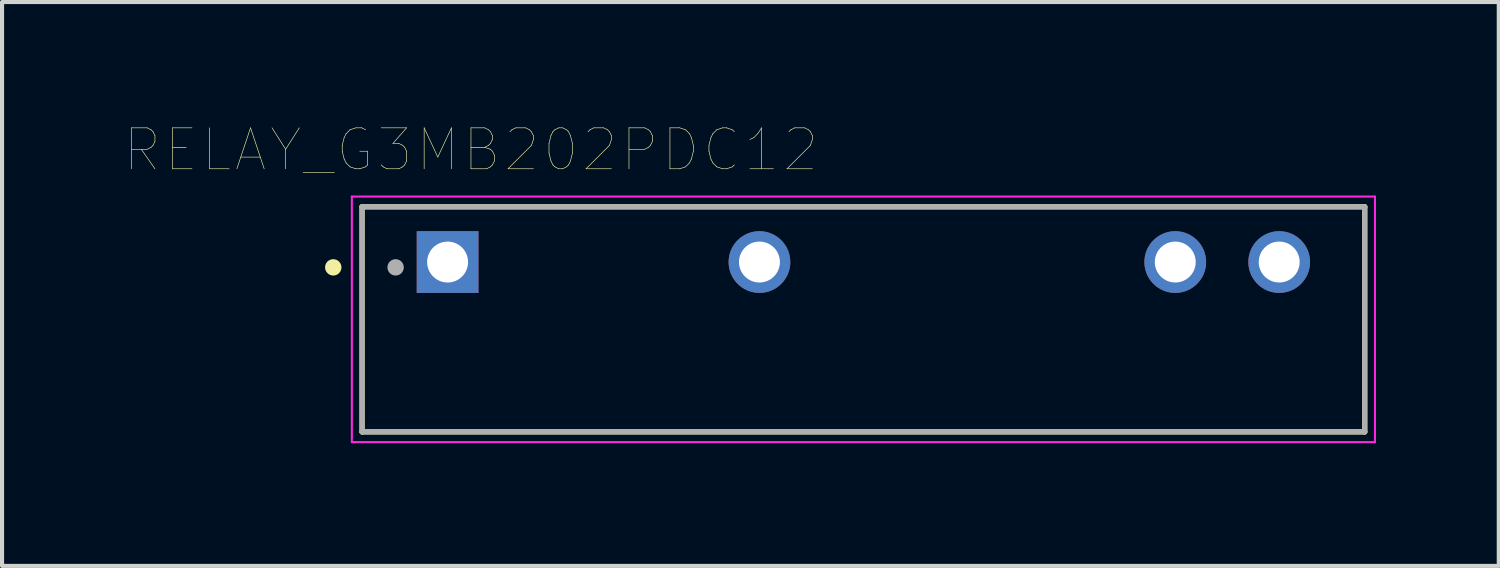
<source format=kicad_pcb>
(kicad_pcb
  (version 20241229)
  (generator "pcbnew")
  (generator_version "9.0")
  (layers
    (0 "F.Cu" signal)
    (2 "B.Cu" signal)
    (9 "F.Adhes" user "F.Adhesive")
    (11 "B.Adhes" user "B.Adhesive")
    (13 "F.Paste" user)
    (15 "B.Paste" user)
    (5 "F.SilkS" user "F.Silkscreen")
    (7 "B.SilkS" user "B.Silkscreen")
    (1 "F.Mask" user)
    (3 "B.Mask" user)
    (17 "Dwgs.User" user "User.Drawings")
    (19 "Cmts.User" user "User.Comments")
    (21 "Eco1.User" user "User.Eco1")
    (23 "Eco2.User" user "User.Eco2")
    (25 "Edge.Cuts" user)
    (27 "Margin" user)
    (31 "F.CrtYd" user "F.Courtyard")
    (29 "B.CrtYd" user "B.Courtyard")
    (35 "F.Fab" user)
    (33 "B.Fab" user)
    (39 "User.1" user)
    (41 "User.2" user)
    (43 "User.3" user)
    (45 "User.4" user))
  (footprint "RELAY_G3MB202PDC12"
    (layer "F.Cu")
    (at 18.047 4.753)
    (property "Reference" "RELAY_G3MB202PDC12" (at -9.589 -4.141 0) (layer "F.SilkS") (effects (font (size 1.001 1.001) (thickness 0.015))))
    (attr through_hole)
    (fp_line (start -12.25 -2.75) (end -12.25 2.75) (stroke (width 0.127) (type solid)) (layer "F.SilkS"))
    (fp_line (start -12.25 2.75) (end 12.25 2.75) (stroke (width 0.127) (type solid)) (layer "F.SilkS"))
    (fp_line (start 12.25 -2.75) (end -12.25 -2.75) (stroke (width 0.127) (type solid)) (layer "F.SilkS"))
    (fp_line (start 12.25 2.75) (end 12.25 -2.75) (stroke (width 0.127) (type solid)) (layer "F.SilkS"))
    (fp_circle (center -12.954 -1.27) (end -12.854 -1.27) (stroke (width 0.2) (type solid)) (fill no) (layer "F.SilkS"))
    (fp_line (start -12.5 -3) (end 12.5 -3) (stroke (width 0.05) (type solid)) (layer "F.CrtYd"))
    (fp_line (start -12.5 3) (end -12.5 -3) (stroke (width 0.05) (type solid)) (layer "F.CrtYd"))
    (fp_line (start 12.5 -3) (end 12.5 3) (stroke (width 0.05) (type solid)) (layer "F.CrtYd"))
    (fp_line (start 12.5 3) (end -12.5 3) (stroke (width 0.05) (type solid)) (layer "F.CrtYd"))
    (fp_line (start -12.25 -2.75) (end -12.25 2.75) (stroke (width 0.127) (type solid)) (layer "F.Fab"))
    (fp_line (start -12.25 2.75) (end 12.25 2.75) (stroke (width 0.127) (type solid)) (layer "F.Fab"))
    (fp_line (start 12.25 -2.75) (end -12.25 -2.75) (stroke (width 0.127) (type solid)) (layer "F.Fab"))
    (fp_line (start 12.25 2.75) (end 12.25 -2.75) (stroke (width 0.127) (type solid)) (layer "F.Fab"))
    (fp_circle (center -11.43 -1.27) (end -11.33 -1.27) (stroke (width 0.2) (type solid)) (fill no) (layer "F.Fab"))
    (pad "1" thru_hole rect (at -10.16 -1.4) (size 1.508 1.508) (drill 1) (layers "*.Cu" "*.Mask"))
    (pad "2" thru_hole circle (at -2.54 -1.4) (size 1.508 1.508) (drill 1) (layers "*.Cu" "*.Mask"))
    (pad "3" thru_hole circle (at 7.62 -1.4) (size 1.508 1.508) (drill 1) (layers "*.Cu" "*.Mask"))
    (pad "4" thru_hole circle (at 10.16 -1.4) (size 1.508 1.508) (drill 1) (layers "*.Cu" "*.Mask")))
  (gr_rect
    (start -3 -3)
    (end 33.572 10.778)
    (stroke (width 0.1) (type default))
    (fill no)
    (layer "Edge.Cuts")))
</source>
